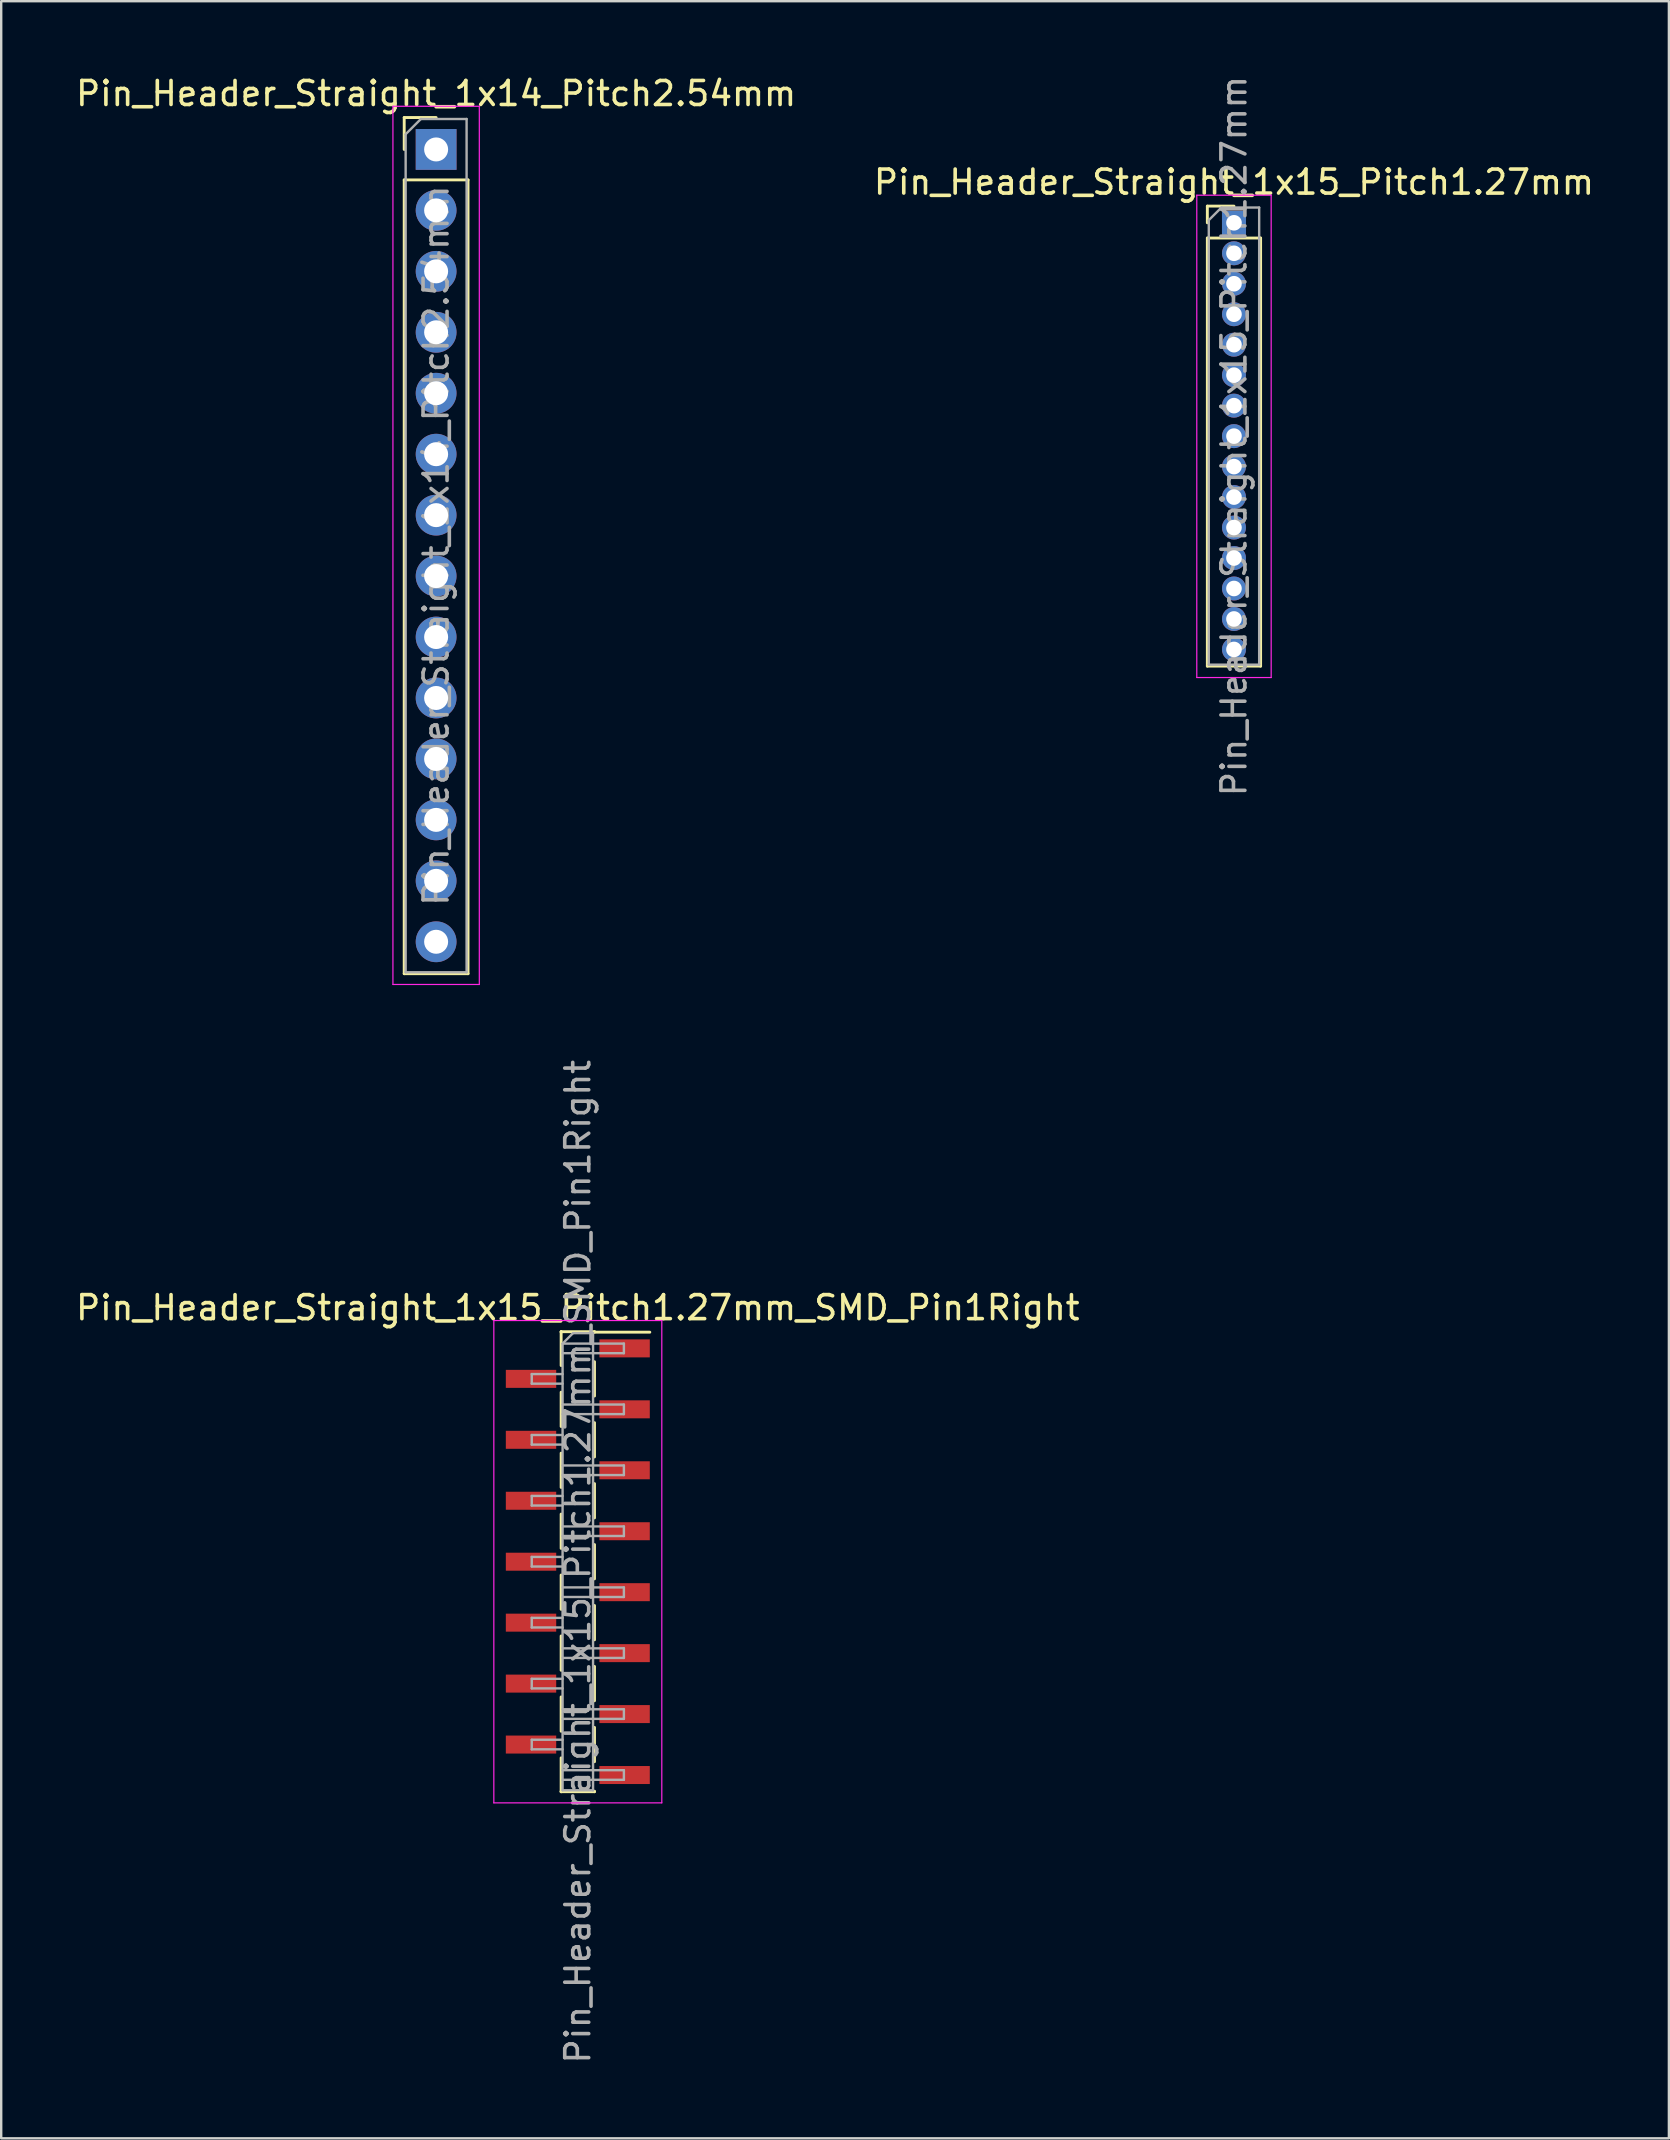
<source format=kicad_pcb>
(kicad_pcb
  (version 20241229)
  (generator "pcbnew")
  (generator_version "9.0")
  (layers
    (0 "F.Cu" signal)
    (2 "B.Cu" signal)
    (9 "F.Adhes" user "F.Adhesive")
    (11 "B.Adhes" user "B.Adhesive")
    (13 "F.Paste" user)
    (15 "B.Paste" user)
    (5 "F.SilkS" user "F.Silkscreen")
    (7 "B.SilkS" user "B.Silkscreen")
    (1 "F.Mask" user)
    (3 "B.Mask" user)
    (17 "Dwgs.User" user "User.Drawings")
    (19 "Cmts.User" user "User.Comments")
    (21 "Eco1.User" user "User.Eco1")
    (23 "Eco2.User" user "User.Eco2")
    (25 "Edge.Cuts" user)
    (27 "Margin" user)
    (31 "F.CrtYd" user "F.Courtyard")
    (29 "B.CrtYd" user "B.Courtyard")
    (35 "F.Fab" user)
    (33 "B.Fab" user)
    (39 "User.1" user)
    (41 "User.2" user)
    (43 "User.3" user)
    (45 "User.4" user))
  (footprint "Pin_Header_Straight_1x14_Pitch2.54mm"
    (layer "F.Cu")
    (at 15.125 3.178)
    (property "Reference" "Pin_Header_Straight_1x14_Pitch2.54mm" (at 0 -2.33 0) (layer "F.SilkS") (effects (font (size 1 1) (thickness 0.15))))
    (attr through_hole)
    (fp_line (start -1.33 -1.33) (end 0 -1.33) (stroke (width 0.12) (type solid)) (layer "F.SilkS"))
    (fp_line (start -1.33 0) (end -1.33 -1.33) (stroke (width 0.12) (type solid)) (layer "F.SilkS"))
    (fp_line (start -1.33 1.27) (end -1.33 34.35) (stroke (width 0.12) (type solid)) (layer "F.SilkS"))
    (fp_line (start -1.33 34.35) (end 1.33 34.35) (stroke (width 0.12) (type solid)) (layer "F.SilkS"))
    (fp_line (start 1.33 1.27) (end -1.33 1.27) (stroke (width 0.12) (type solid)) (layer "F.SilkS"))
    (fp_line (start 1.33 34.35) (end 1.33 1.27) (stroke (width 0.12) (type solid)) (layer "F.SilkS"))
    (fp_line (start -1.8 -1.8) (end -1.8 34.8) (stroke (width 0.05) (type solid)) (layer "F.CrtYd"))
    (fp_line (start -1.8 34.8) (end 1.8 34.8) (stroke (width 0.05) (type solid)) (layer "F.CrtYd"))
    (fp_line (start 1.8 -1.8) (end -1.8 -1.8) (stroke (width 0.05) (type solid)) (layer "F.CrtYd"))
    (fp_line (start 1.8 34.8) (end 1.8 -1.8) (stroke (width 0.05) (type solid)) (layer "F.CrtYd"))
    (fp_line (start -1.27 -0.635) (end -0.635 -1.27) (stroke (width 0.1) (type solid)) (layer "F.Fab"))
    (fp_line (start -1.27 34.29) (end -1.27 -0.635) (stroke (width 0.1) (type solid)) (layer "F.Fab"))
    (fp_line (start -0.635 -1.27) (end 1.27 -1.27) (stroke (width 0.1) (type solid)) (layer "F.Fab"))
    (fp_line (start 1.27 -1.27) (end 1.27 34.29) (stroke (width 0.1) (type solid)) (layer "F.Fab"))
    (fp_line (start 1.27 34.29) (end -1.27 34.29) (stroke (width 0.1) (type solid)) (layer "F.Fab"))
    (fp_text user "${REFERENCE}" (at 0 16.51 90) (layer "F.Fab") (effects (font (size 1 1) (thickness 0.15))))
    (pad "1" thru_hole rect (at 0 0) (size 1.7 1.7) (drill 1) (layers "*.Cu" "*.Mask"))
    (pad "2" thru_hole oval (at 0 2.54) (size 1.7 1.7) (drill 1) (layers "*.Cu" "*.Mask"))
    (pad "3" thru_hole oval (at 0 5.08) (size 1.7 1.7) (drill 1) (layers "*.Cu" "*.Mask"))
    (pad "4" thru_hole oval (at 0 7.62) (size 1.7 1.7) (drill 1) (layers "*.Cu" "*.Mask"))
    (pad "5" thru_hole oval (at 0 10.16) (size 1.7 1.7) (drill 1) (layers "*.Cu" "*.Mask"))
    (pad "6" thru_hole oval (at 0 12.7) (size 1.7 1.7) (drill 1) (layers "*.Cu" "*.Mask"))
    (pad "7" thru_hole oval (at 0 15.24) (size 1.7 1.7) (drill 1) (layers "*.Cu" "*.Mask"))
    (pad "8" thru_hole oval (at 0 17.78) (size 1.7 1.7) (drill 1) (layers "*.Cu" "*.Mask"))
    (pad "9" thru_hole oval (at 0 20.32) (size 1.7 1.7) (drill 1) (layers "*.Cu" "*.Mask"))
    (pad "10" thru_hole oval (at 0 22.86) (size 1.7 1.7) (drill 1) (layers "*.Cu" "*.Mask"))
    (pad "11" thru_hole oval (at 0 25.4) (size 1.7 1.7) (drill 1) (layers "*.Cu" "*.Mask"))
    (pad "12" thru_hole oval (at 0 27.94) (size 1.7 1.7) (drill 1) (layers "*.Cu" "*.Mask"))
    (pad "13" thru_hole oval (at 0 30.48) (size 1.7 1.7) (drill 1) (layers "*.Cu" "*.Mask"))
    (pad "14" thru_hole oval (at 0 33.02) (size 1.7 1.7) (drill 1) (layers "*.Cu" "*.Mask")))
  (footprint "Pin_Header_Straight_1x15_Pitch1.27mm"
    (layer "F.Cu")
    (at 48.375 6.235)
    (property "Reference" "Pin_Header_Straight_1x15_Pitch1.27mm" (at 0 -1.695 0) (layer "F.SilkS") (effects (font (size 1 1) (thickness 0.15))))
    (attr through_hole)
    (fp_line (start -1.11 -0.695) (end 0 -0.695) (stroke (width 0.12) (type solid)) (layer "F.SilkS"))
    (fp_line (start -1.11 0) (end -1.11 -0.695) (stroke (width 0.12) (type solid)) (layer "F.SilkS"))
    (fp_line (start -1.11 0.635) (end -1.11 18.475) (stroke (width 0.12) (type solid)) (layer "F.SilkS"))
    (fp_line (start -1.11 18.475) (end 1.11 18.475) (stroke (width 0.12) (type solid)) (layer "F.SilkS"))
    (fp_line (start 1.11 0.635) (end -1.11 0.635) (stroke (width 0.12) (type solid)) (layer "F.SilkS"))
    (fp_line (start 1.11 18.475) (end 1.11 0.635) (stroke (width 0.12) (type solid)) (layer "F.SilkS"))
    (fp_line (start -1.55 -1.15) (end -1.55 18.95) (stroke (width 0.05) (type solid)) (layer "F.CrtYd"))
    (fp_line (start -1.55 18.95) (end 1.55 18.95) (stroke (width 0.05) (type solid)) (layer "F.CrtYd"))
    (fp_line (start 1.55 -1.15) (end -1.55 -1.15) (stroke (width 0.05) (type solid)) (layer "F.CrtYd"))
    (fp_line (start 1.55 18.95) (end 1.55 -1.15) (stroke (width 0.05) (type solid)) (layer "F.CrtYd"))
    (fp_line (start -1.05 -0.11) (end -0.525 -0.635) (stroke (width 0.1) (type solid)) (layer "F.Fab"))
    (fp_line (start -1.05 18.415) (end -1.05 -0.11) (stroke (width 0.1) (type solid)) (layer "F.Fab"))
    (fp_line (start -0.525 -0.635) (end 1.05 -0.635) (stroke (width 0.1) (type solid)) (layer "F.Fab"))
    (fp_line (start 1.05 -0.635) (end 1.05 18.415) (stroke (width 0.1) (type solid)) (layer "F.Fab"))
    (fp_line (start 1.05 18.415) (end -1.05 18.415) (stroke (width 0.1) (type solid)) (layer "F.Fab"))
    (fp_text user "${REFERENCE}" (at 0 8.89 90) (layer "F.Fab") (effects (font (size 1 1) (thickness 0.15))))
    (pad "1" thru_hole rect (at 0 0) (size 1 1) (drill 0.65) (layers "*.Cu" "*.Mask"))
    (pad "2" thru_hole oval (at 0 1.27) (size 1 1) (drill 0.65) (layers "*.Cu" "*.Mask"))
    (pad "3" thru_hole oval (at 0 2.54) (size 1 1) (drill 0.65) (layers "*.Cu" "*.Mask"))
    (pad "4" thru_hole oval (at 0 3.81) (size 1 1) (drill 0.65) (layers "*.Cu" "*.Mask"))
    (pad "5" thru_hole oval (at 0 5.08) (size 1 1) (drill 0.65) (layers "*.Cu" "*.Mask"))
    (pad "6" thru_hole oval (at 0 6.35) (size 1 1) (drill 0.65) (layers "*.Cu" "*.Mask"))
    (pad "7" thru_hole oval (at 0 7.62) (size 1 1) (drill 0.65) (layers "*.Cu" "*.Mask"))
    (pad "8" thru_hole oval (at 0 8.89) (size 1 1) (drill 0.65) (layers "*.Cu" "*.Mask"))
    (pad "9" thru_hole oval (at 0 10.16) (size 1 1) (drill 0.65) (layers "*.Cu" "*.Mask"))
    (pad "10" thru_hole oval (at 0 11.43) (size 1 1) (drill 0.65) (layers "*.Cu" "*.Mask"))
    (pad "11" thru_hole oval (at 0 12.7) (size 1 1) (drill 0.65) (layers "*.Cu" "*.Mask"))
    (pad "12" thru_hole oval (at 0 13.97) (size 1 1) (drill 0.65) (layers "*.Cu" "*.Mask"))
    (pad "13" thru_hole oval (at 0 15.24) (size 1 1) (drill 0.65) (layers "*.Cu" "*.Mask"))
    (pad "14" thru_hole oval (at 0 16.51) (size 1 1) (drill 0.65) (layers "*.Cu" "*.Mask"))
    (pad "15" thru_hole oval (at 0 17.78) (size 1 1) (drill 0.65) (layers "*.Cu" "*.Mask")))
  (footprint "Pin_Header_Straight_1x15_Pitch1.27mm_SMD_Pin1Right"
    (layer "F.Cu")
    (at 21.03 62.033)
    (property "Reference" "Pin_Header_Straight_1x15_Pitch1.27mm_SMD_Pin1Right" (at 0 -10.585 0) (layer "F.SilkS") (effects (font (size 1 1) (thickness 0.15))))
    (attr smd)
    (fp_line (start -0.695 -9.585) (end -0.695 -8.175) (stroke (width 0.12) (type solid)) (layer "F.SilkS"))
    (fp_line (start -0.695 -9.585) (end 0.695 -9.585) (stroke (width 0.12) (type solid)) (layer "F.SilkS"))
    (fp_line (start -0.695 -9.565) (end -0.695 -9.585) (stroke (width 0.12) (type solid)) (layer "F.SilkS"))
    (fp_line (start -0.695 -7.065) (end -0.695 -5.635) (stroke (width 0.12) (type solid)) (layer "F.SilkS"))
    (fp_line (start -0.695 -4.525) (end -0.695 -3.095) (stroke (width 0.12) (type solid)) (layer "F.SilkS"))
    (fp_line (start -0.695 -1.985) (end -0.695 -0.555) (stroke (width 0.12) (type solid)) (layer "F.SilkS"))
    (fp_line (start -0.695 0.555) (end -0.695 1.985) (stroke (width 0.12) (type solid)) (layer "F.SilkS"))
    (fp_line (start -0.695 3.095) (end -0.695 4.525) (stroke (width 0.12) (type solid)) (layer "F.SilkS"))
    (fp_line (start -0.695 5.635) (end -0.695 7.065) (stroke (width 0.12) (type solid)) (layer "F.SilkS"))
    (fp_line (start -0.695 8.175) (end -0.695 9.585) (stroke (width 0.12) (type solid)) (layer "F.SilkS"))
    (fp_line (start -0.695 9.565) (end -0.695 9.585) (stroke (width 0.12) (type solid)) (layer "F.SilkS"))
    (fp_line (start -0.695 9.585) (end 0.695 9.585) (stroke (width 0.12) (type solid)) (layer "F.SilkS"))
    (fp_line (start 0.695 -9.585) (end 0.695 -9.565) (stroke (width 0.12) (type solid)) (layer "F.SilkS"))
    (fp_line (start 0.695 -9.565) (end 3 -9.565) (stroke (width 0.12) (type solid)) (layer "F.SilkS"))
    (fp_line (start 0.695 -8.335) (end 0.695 -6.905) (stroke (width 0.12) (type solid)) (layer "F.SilkS"))
    (fp_line (start 0.695 -5.795) (end 0.695 -4.365) (stroke (width 0.12) (type solid)) (layer "F.SilkS"))
    (fp_line (start 0.695 -3.255) (end 0.695 -1.825) (stroke (width 0.12) (type solid)) (layer "F.SilkS"))
    (fp_line (start 0.695 -0.715) (end 0.695 0.715) (stroke (width 0.12) (type solid)) (layer "F.SilkS"))
    (fp_line (start 0.695 1.825) (end 0.695 3.255) (stroke (width 0.12) (type solid)) (layer "F.SilkS"))
    (fp_line (start 0.695 4.365) (end 0.695 5.795) (stroke (width 0.12) (type solid)) (layer "F.SilkS"))
    (fp_line (start 0.695 6.905) (end 0.695 8.335) (stroke (width 0.12) (type solid)) (layer "F.SilkS"))
    (fp_line (start 0.695 9.585) (end 0.695 9.565) (stroke (width 0.12) (type solid)) (layer "F.SilkS"))
    (fp_line (start -3.5 -10.05) (end -3.5 10.05) (stroke (width 0.05) (type solid)) (layer "F.CrtYd"))
    (fp_line (start -3.5 10.05) (end 3.5 10.05) (stroke (width 0.05) (type solid)) (layer "F.CrtYd"))
    (fp_line (start 3.5 -10.05) (end -3.5 -10.05) (stroke (width 0.05) (type solid)) (layer "F.CrtYd"))
    (fp_line (start 3.5 10.05) (end 3.5 -10.05) (stroke (width 0.05) (type solid)) (layer "F.CrtYd"))
    (fp_line (start -1.92 -7.82) (end -1.92 -7.42) (stroke (width 0.1) (type solid)) (layer "F.Fab"))
    (fp_line (start -1.92 -7.42) (end -0.635 -7.42) (stroke (width 0.1) (type solid)) (layer "F.Fab"))
    (fp_line (start -1.92 -5.28) (end -1.92 -4.88) (stroke (width 0.1) (type solid)) (layer "F.Fab"))
    (fp_line (start -1.92 -4.88) (end -0.635 -4.88) (stroke (width 0.1) (type solid)) (layer "F.Fab"))
    (fp_line (start -1.92 -2.74) (end -1.92 -2.34) (stroke (width 0.1) (type solid)) (layer "F.Fab"))
    (fp_line (start -1.92 -2.34) (end -0.635 -2.34) (stroke (width 0.1) (type solid)) (layer "F.Fab"))
    (fp_line (start -1.92 -0.2) (end -1.92 0.2) (stroke (width 0.1) (type solid)) (layer "F.Fab"))
    (fp_line (start -1.92 0.2) (end -0.635 0.2) (stroke (width 0.1) (type solid)) (layer "F.Fab"))
    (fp_line (start -1.92 2.34) (end -1.92 2.74) (stroke (width 0.1) (type solid)) (layer "F.Fab"))
    (fp_line (start -1.92 2.74) (end -0.635 2.74) (stroke (width 0.1) (type solid)) (layer "F.Fab"))
    (fp_line (start -1.92 4.88) (end -1.92 5.28) (stroke (width 0.1) (type solid)) (layer "F.Fab"))
    (fp_line (start -1.92 5.28) (end -0.635 5.28) (stroke (width 0.1) (type solid)) (layer "F.Fab"))
    (fp_line (start -1.92 7.42) (end -1.92 7.82) (stroke (width 0.1) (type solid)) (layer "F.Fab"))
    (fp_line (start -1.92 7.82) (end -0.635 7.82) (stroke (width 0.1) (type solid)) (layer "F.Fab"))
    (fp_line (start -0.635 -9.09) (end -0.2 -9.525) (stroke (width 0.1) (type solid)) (layer "F.Fab"))
    (fp_line (start -0.635 -9.09) (end 1.92 -9.09) (stroke (width 0.1) (type solid)) (layer "F.Fab"))
    (fp_line (start -0.635 -7.82) (end -1.92 -7.82) (stroke (width 0.1) (type solid)) (layer "F.Fab"))
    (fp_line (start -0.635 -6.55) (end 1.92 -6.55) (stroke (width 0.1) (type solid)) (layer "F.Fab"))
    (fp_line (start -0.635 -5.28) (end -1.92 -5.28) (stroke (width 0.1) (type solid)) (layer "F.Fab"))
    (fp_line (start -0.635 -4.01) (end 1.92 -4.01) (stroke (width 0.1) (type solid)) (layer "F.Fab"))
    (fp_line (start -0.635 -2.74) (end -1.92 -2.74) (stroke (width 0.1) (type solid)) (layer "F.Fab"))
    (fp_line (start -0.635 -1.47) (end 1.92 -1.47) (stroke (width 0.1) (type solid)) (layer "F.Fab"))
    (fp_line (start -0.635 -0.2) (end -1.92 -0.2) (stroke (width 0.1) (type solid)) (layer "F.Fab"))
    (fp_line (start -0.635 1.07) (end 1.92 1.07) (stroke (width 0.1) (type solid)) (layer "F.Fab"))
    (fp_line (start -0.635 2.34) (end -1.92 2.34) (stroke (width 0.1) (type solid)) (layer "F.Fab"))
    (fp_line (start -0.635 3.61) (end 1.92 3.61) (stroke (width 0.1) (type solid)) (layer "F.Fab"))
    (fp_line (start -0.635 4.88) (end -1.92 4.88) (stroke (width 0.1) (type solid)) (layer "F.Fab"))
    (fp_line (start -0.635 6.15) (end 1.92 6.15) (stroke (width 0.1) (type solid)) (layer "F.Fab"))
    (fp_line (start -0.635 7.42) (end -1.92 7.42) (stroke (width 0.1) (type solid)) (layer "F.Fab"))
    (fp_line (start -0.635 8.69) (end 1.92 8.69) (stroke (width 0.1) (type solid)) (layer "F.Fab"))
    (fp_line (start -0.635 9.525) (end -0.635 -9.09) (stroke (width 0.1) (type solid)) (layer "F.Fab"))
    (fp_line (start -0.2 -9.525) (end 0.635 -9.525) (stroke (width 0.1) (type solid)) (layer "F.Fab"))
    (fp_line (start 0.635 -9.525) (end 0.635 9.525) (stroke (width 0.1) (type solid)) (layer "F.Fab"))
    (fp_line (start 0.635 9.525) (end -0.635 9.525) (stroke (width 0.1) (type solid)) (layer "F.Fab"))
    (fp_line (start 1.92 -9.09) (end 1.92 -8.69) (stroke (width 0.1) (type solid)) (layer "F.Fab"))
    (fp_line (start 1.92 -8.69) (end -0.635 -8.69) (stroke (width 0.1) (type solid)) (layer "F.Fab"))
    (fp_line (start 1.92 -6.55) (end 1.92 -6.15) (stroke (width 0.1) (type solid)) (layer "F.Fab"))
    (fp_line (start 1.92 -6.15) (end -0.635 -6.15) (stroke (width 0.1) (type solid)) (layer "F.Fab"))
    (fp_line (start 1.92 -4.01) (end 1.92 -3.61) (stroke (width 0.1) (type solid)) (layer "F.Fab"))
    (fp_line (start 1.92 -3.61) (end -0.635 -3.61) (stroke (width 0.1) (type solid)) (layer "F.Fab"))
    (fp_line (start 1.92 -1.47) (end 1.92 -1.07) (stroke (width 0.1) (type solid)) (layer "F.Fab"))
    (fp_line (start 1.92 -1.07) (end -0.635 -1.07) (stroke (width 0.1) (type solid)) (layer "F.Fab"))
    (fp_line (start 1.92 1.07) (end 1.92 1.47) (stroke (width 0.1) (type solid)) (layer "F.Fab"))
    (fp_line (start 1.92 1.47) (end -0.635 1.47) (stroke (width 0.1) (type solid)) (layer "F.Fab"))
    (fp_line (start 1.92 3.61) (end 1.92 4.01) (stroke (width 0.1) (type solid)) (layer "F.Fab"))
    (fp_line (start 1.92 4.01) (end -0.635 4.01) (stroke (width 0.1) (type solid)) (layer "F.Fab"))
    (fp_line (start 1.92 6.15) (end 1.92 6.55) (stroke (width 0.1) (type solid)) (layer "F.Fab"))
    (fp_line (start 1.92 6.55) (end -0.635 6.55) (stroke (width 0.1) (type solid)) (layer "F.Fab"))
    (fp_line (start 1.92 8.69) (end 1.92 9.09) (stroke (width 0.1) (type solid)) (layer "F.Fab"))
    (fp_line (start 1.92 9.09) (end -0.635 9.09) (stroke (width 0.1) (type solid)) (layer "F.Fab"))
    (fp_text user "${REFERENCE}" (at 0 0 90) (layer "F.Fab") (effects (font (size 1 1) (thickness 0.15))))
    (pad "1" smd rect (at 1.95 -8.89) (size 2.1 0.75) (layers "F.Cu" "F.Mask" "F.Paste"))
    (pad "2" smd rect (at -1.95 -7.62) (size 2.1 0.75) (layers "F.Cu" "F.Mask" "F.Paste"))
    (pad "3" smd rect (at 1.95 -6.35) (size 2.1 0.75) (layers "F.Cu" "F.Mask" "F.Paste"))
    (pad "4" smd rect (at -1.95 -5.08) (size 2.1 0.75) (layers "F.Cu" "F.Mask" "F.Paste"))
    (pad "5" smd rect (at 1.95 -3.81) (size 2.1 0.75) (layers "F.Cu" "F.Mask" "F.Paste"))
    (pad "6" smd rect (at -1.95 -2.54) (size 2.1 0.75) (layers "F.Cu" "F.Mask" "F.Paste"))
    (pad "7" smd rect (at 1.95 -1.27) (size 2.1 0.75) (layers "F.Cu" "F.Mask" "F.Paste"))
    (pad "8" smd rect (at -1.95 0) (size 2.1 0.75) (layers "F.Cu" "F.Mask" "F.Paste"))
    (pad "9" smd rect (at 1.95 1.27) (size 2.1 0.75) (layers "F.Cu" "F.Mask" "F.Paste"))
    (pad "10" smd rect (at -1.95 2.54) (size 2.1 0.75) (layers "F.Cu" "F.Mask" "F.Paste"))
    (pad "11" smd rect (at 1.95 3.81) (size 2.1 0.75) (layers "F.Cu" "F.Mask" "F.Paste"))
    (pad "12" smd rect (at -1.95 5.08) (size 2.1 0.75) (layers "F.Cu" "F.Mask" "F.Paste"))
    (pad "13" smd rect (at 1.95 6.35) (size 2.1 0.75) (layers "F.Cu" "F.Mask" "F.Paste"))
    (pad "14" smd rect (at -1.95 7.62) (size 2.1 0.75) (layers "F.Cu" "F.Mask" "F.Paste"))
    (pad "15" smd rect (at 1.95 8.89) (size 2.1 0.75) (layers "F.Cu" "F.Mask" "F.Paste")))
  (gr_rect
    (start -3 -3)
    (end 66.5 86.063)
    (stroke (width 0.1) (type default))
    (fill no)
    (layer "Edge.Cuts")))
</source>
